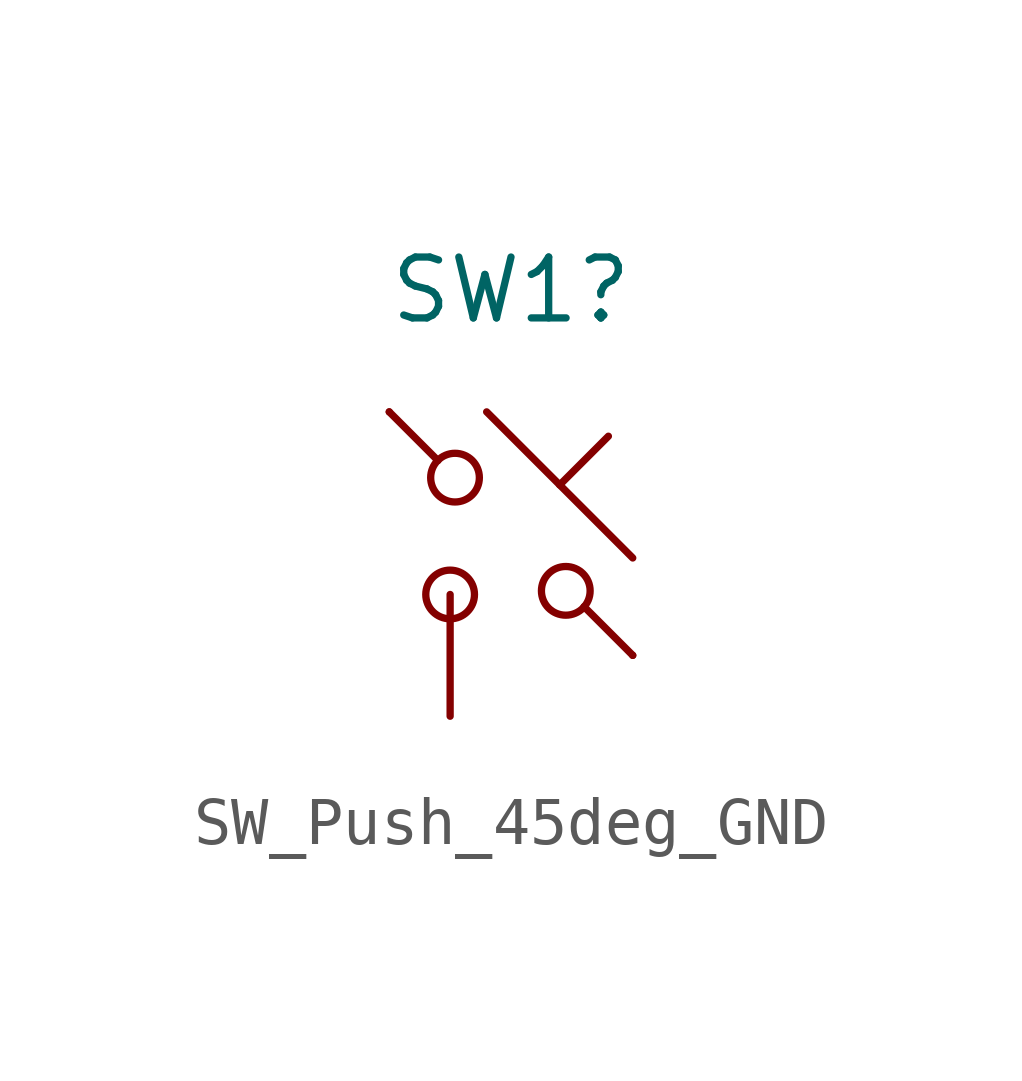
<source format=kicad_sym>
(kicad_symbol_lib
  (version 20231120)
  (generator "kicad_symbol_editor")
  (generator_version "8.0")
  (symbol "SW_Push_45deg_GND"
    (pin_numbers hide)
    (pin_names
      (offset 1.016) hide)
    (property "Reference" "SW1"
      (at 0 5.08 0)
      (effects (font (size 1.27 1.27))))
    (symbol "SW_Push_45deg_GND_0_1"
      (circle (center -1.27 -1.27) (radius 0.508) (stroke (width 0) (type default)) (fill (type none)))
      (circle (center -1.168 1.168) (radius 0.508) (stroke (width 0) (type default)) (fill (type none)))
      (polyline (pts (xy -0.508 2.54) (xy 2.54 -0.508)) (stroke (width 0) (type default)) (fill (type none)))
      (polyline (pts (xy 1.016 1.016) (xy 2.032 2.032)) (stroke (width 0) (type default)) (fill (type none)))
      (polyline (pts (xy -2.54 2.54) (xy -1.524 1.524) (xy -1.524 1.524)) (stroke (width 0) (type default)) (fill (type none)))
      (polyline (pts (xy 1.524 -1.524) (xy 2.54 -2.54) (xy 2.54 -2.54) (xy 2.54 -2.54)) (stroke (width 0) (type default)) (fill (type none)))
      (circle (center 1.143 -1.194) (radius 0.508) (stroke (width 0) (type default)) (fill (type none)))
      (pin passive line (at -2.54 2.54 0) (length 0) (name "1" (effects (font (size 1.27 1.27)))) (number "1" (effects (font (size 1.27 1.27)))))
      (pin passive line (at 2.54 -2.54 180) (length 0) (name "2" (effects (font (size 1.27 1.27)))) (number "2" (effects (font (size 1.27 1.27))))))
    (symbol "SW_Push_45deg_GND_1_0"
      (pin passive line (at -1.27 -3.81 90) (length 2.54) (name "3" (effects (font (size 1.27 1.27)))) (number "3" (effects (font (size 1.27 1.27))))))))
</source>
